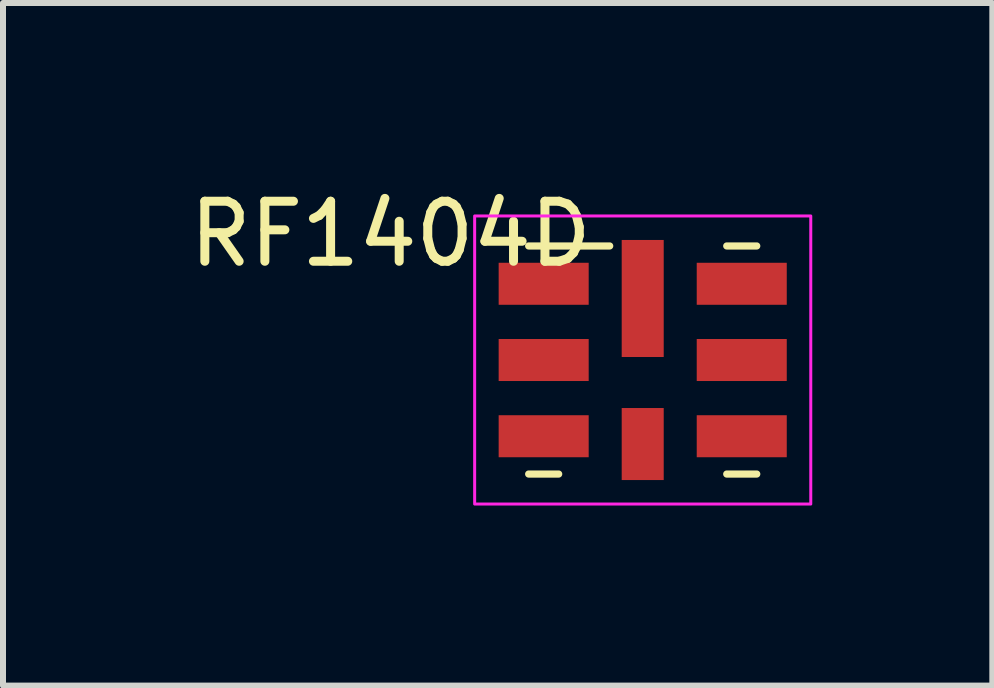
<source format=kicad_pcb>
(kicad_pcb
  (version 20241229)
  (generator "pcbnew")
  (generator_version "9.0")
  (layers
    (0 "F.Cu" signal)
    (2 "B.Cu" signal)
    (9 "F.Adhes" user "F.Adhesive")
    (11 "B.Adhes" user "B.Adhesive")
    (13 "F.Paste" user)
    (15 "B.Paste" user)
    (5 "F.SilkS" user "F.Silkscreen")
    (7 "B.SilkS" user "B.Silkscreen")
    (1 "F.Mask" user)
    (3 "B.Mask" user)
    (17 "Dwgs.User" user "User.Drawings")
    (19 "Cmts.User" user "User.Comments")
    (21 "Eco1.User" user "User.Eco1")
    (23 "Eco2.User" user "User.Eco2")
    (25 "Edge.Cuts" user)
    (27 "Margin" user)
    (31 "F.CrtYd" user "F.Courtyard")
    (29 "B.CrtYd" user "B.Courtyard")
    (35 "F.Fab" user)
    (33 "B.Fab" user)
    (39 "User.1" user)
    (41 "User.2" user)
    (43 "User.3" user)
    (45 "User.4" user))
  (footprint "RF1404D"
    (layer "F.Cu")
    (at 7.658 2.948)
    (property "Reference" "RF1404D" (at -4.2 -2.1 0) (unlocked yes) (layer "F.SilkS") (effects (font (size 1 1) (thickness 0.15))))
    (attr smd)
    (fp_line (start -1.9 -1.9) (end -0.55 -1.9) (stroke (width 0.12) (type solid)) (layer "F.SilkS"))
    (fp_line (start -1.9 1.9) (end -1.4 1.9) (stroke (width 0.12) (type solid)) (layer "F.SilkS"))
    (fp_line (start 1.9 -1.9) (end 1.4 -1.9) (stroke (width 0.12) (type solid)) (layer "F.SilkS"))
    (fp_line (start 1.9 1.9) (end 1.4 1.9) (stroke (width 0.12) (type solid)) (layer "F.SilkS"))
    (fp_rect (start -2.8 -2.4) (end 2.8 2.4) (stroke (width 0.05) (type solid)) (fill no) (layer "F.CrtYd"))
    (pad "1" smd rect (at -1.65 -1.27 90) (size 0.7 1.5) (layers "F.Cu" "F.Mask" "F.Paste"))
    (pad "2" smd rect (at -1.65 0 90) (size 0.7 1.5) (layers "F.Cu" "F.Mask" "F.Paste"))
    (pad "3" smd rect (at -1.65 1.27 90) (size 0.7 1.5) (layers "F.Cu" "F.Mask" "F.Paste"))
    (pad "4" smd rect (at 0 1.4) (size 0.7 1.2) (layers "F.Cu" "F.Mask" "F.Paste"))
    (pad "5" smd rect (at 1.65 1.27 270) (size 0.7 1.5) (layers "F.Cu" "F.Mask" "F.Paste"))
    (pad "6" smd rect (at 1.65 0 270) (size 0.7 1.5) (layers "F.Cu" "F.Mask" "F.Paste"))
    (pad "7" smd rect (at 1.65 -1.27 270) (size 0.7 1.5) (layers "F.Cu" "F.Mask" "F.Paste"))
    (pad "8" smd rect (at 0 -1.025 180) (size 0.7 1.95) (layers "F.Cu" "F.Mask" "F.Paste")))
  (gr_rect
    (start -3 -3)
    (end 13.483 8.373)
    (stroke (width 0.1) (type default))
    (fill no)
    (layer "Edge.Cuts")))
</source>
